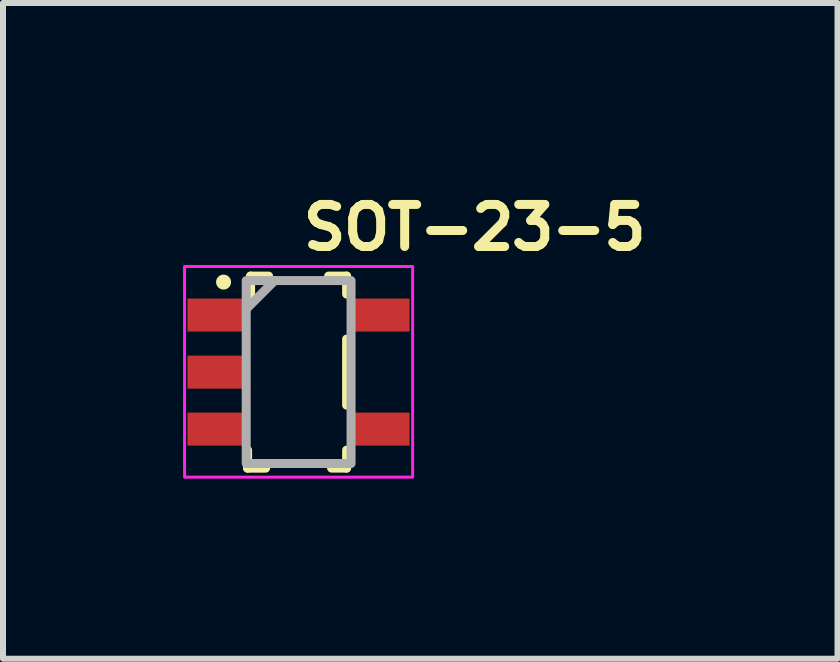
<source format=kicad_pcb>
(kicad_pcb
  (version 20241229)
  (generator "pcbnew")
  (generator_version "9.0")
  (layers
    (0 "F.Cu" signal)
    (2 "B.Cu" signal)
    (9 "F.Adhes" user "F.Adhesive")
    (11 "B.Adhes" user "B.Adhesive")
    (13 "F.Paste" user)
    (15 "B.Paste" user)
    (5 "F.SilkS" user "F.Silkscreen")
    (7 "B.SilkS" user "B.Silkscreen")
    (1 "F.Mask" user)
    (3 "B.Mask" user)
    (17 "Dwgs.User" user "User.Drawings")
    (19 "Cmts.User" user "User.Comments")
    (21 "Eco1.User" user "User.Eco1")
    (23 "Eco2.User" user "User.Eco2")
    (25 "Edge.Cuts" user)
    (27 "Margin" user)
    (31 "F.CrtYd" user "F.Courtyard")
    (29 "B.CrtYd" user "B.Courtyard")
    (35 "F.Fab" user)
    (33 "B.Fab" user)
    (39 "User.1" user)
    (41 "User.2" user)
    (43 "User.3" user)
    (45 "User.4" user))
  (footprint "SOT-23-5"
    (layer "F.Cu")
    (at 1.925 3.15)
    (property "Reference" "SOT-23-5" (at 0.002 -2 0) (layer "F.SilkS") (effects (font (size 0.7 0.7) (thickness 0.15)) (justify left bottom)))
    (attr smd)
    (fp_line (start -0.85 1.6) (end -0.85 1.301) (stroke (width 0.15) (type solid)) (layer "F.SilkS"))
    (fp_line (start -0.8 -1.6) (end -0.8 -1.3) (stroke (width 0.15) (type solid)) (layer "F.SilkS"))
    (fp_line (start -0.8 -1.6) (end -0.5 -1.6) (stroke (width 0.15) (type solid)) (layer "F.SilkS"))
    (fp_line (start -0.55 1.6) (end -0.85 1.6) (stroke (width 0.15) (type solid)) (layer "F.SilkS"))
    (fp_line (start 0.8 -1.6) (end 0.5 -1.6) (stroke (width 0.15) (type solid)) (layer "F.SilkS"))
    (fp_line (start 0.8 -1.3) (end 0.8 -1.6) (stroke (width 0.15) (type solid)) (layer "F.SilkS"))
    (fp_line (start 0.8 0.55) (end 0.8 -0.55) (stroke (width 0.15) (type solid)) (layer "F.SilkS"))
    (fp_line (start 0.8 1.3) (end 0.8 1.599) (stroke (width 0.15) (type solid)) (layer "F.SilkS"))
    (fp_line (start 0.8 1.599) (end 0.549 1.599) (stroke (width 0.15) (type solid)) (layer "F.SilkS"))
    (fp_circle (center -1.25 -1.5) (end -1.2 -1.5) (stroke (width 0.15) (type solid)) (fill yes) (layer "F.SilkS"))
    (fp_rect (start 1.9 -1.76) (end -1.9 1.75) (stroke (width 0.05) (type solid)) (fill no) (layer "F.CrtYd"))
    (fp_line (start -0.398 -1.526) (end -0.874 -1.05) (stroke (width 0.15) (type solid)) (layer "F.Fab"))
    (fp_rect (start 0.874 1.523) (end -0.873 -1.525) (stroke (width 0.15) (type solid)) (fill no) (layer "F.Fab"))
    (fp_rect (start 1.249 -1.5) (end -1.25 1.499) (stroke (width 0.1) (type solid)) (fill no) (layer "User.5"))
    (fp_line (start -1.25 -1.176) (end -1.25 -0.725) (stroke (width 0.02) (type solid)) (layer "User.9"))
    (fp_line (start -1.25 0.225) (end -1.25 -0.227) (stroke (width 0.02) (type solid)) (layer "User.9"))
    (fp_line (start -1.25 1.175) (end -1.25 0.723) (stroke (width 0.02) (type solid)) (layer "User.9"))
    (fp_line (start -1.027 -1.176) (end -1.25 -1.176) (stroke (width 0.02) (type solid)) (layer "User.9"))
    (fp_line (start -1.027 -1.176) (end -0.977 -1.176) (stroke (width 0.02) (type solid)) (layer "User.9"))
    (fp_line (start -1.027 -0.725) (end -1.25 -0.725) (stroke (width 0.02) (type solid)) (layer "User.9"))
    (fp_line (start -1.027 -0.227) (end -1.25 -0.227) (stroke (width 0.02) (type solid)) (layer "User.9"))
    (fp_line (start -1.027 -0.227) (end -0.977 -0.227) (stroke (width 0.02) (type solid)) (layer "User.9"))
    (fp_line (start -1.027 0.225) (end -1.25 0.225) (stroke (width 0.02) (type solid)) (layer "User.9"))
    (fp_line (start -1.027 0.723) (end -1.25 0.723) (stroke (width 0.02) (type solid)) (layer "User.9"))
    (fp_line (start -1.027 0.723) (end -0.977 0.723) (stroke (width 0.02) (type solid)) (layer "User.9"))
    (fp_line (start -1.027 1.175) (end -1.25 1.175) (stroke (width 0.02) (type solid)) (layer "User.9"))
    (fp_line (start -0.977 -0.725) (end -1.027 -0.725) (stroke (width 0.02) (type solid)) (layer "User.9"))
    (fp_line (start -0.977 0.225) (end -1.027 0.225) (stroke (width 0.02) (type solid)) (layer "User.9"))
    (fp_line (start -0.977 1.175) (end -1.027 1.175) (stroke (width 0.02) (type solid)) (layer "User.9"))
    (fp_line (start -0.956 -1.176) (end -0.977 -1.176) (stroke (width 0.02) (type solid)) (layer "User.9"))
    (fp_line (start -0.956 -1.176) (end -0.756 -1.176) (stroke (width 0.02) (type solid)) (layer "User.9"))
    (fp_line (start -0.956 -0.725) (end -0.977 -0.725) (stroke (width 0.02) (type solid)) (layer "User.9"))
    (fp_line (start -0.956 -0.227) (end -0.977 -0.227) (stroke (width 0.02) (type solid)) (layer "User.9"))
    (fp_line (start -0.956 -0.227) (end -0.756 -0.227) (stroke (width 0.02) (type solid)) (layer "User.9"))
    (fp_line (start -0.956 0.225) (end -0.977 0.225) (stroke (width 0.02) (type solid)) (layer "User.9"))
    (fp_line (start -0.956 0.723) (end -0.977 0.723) (stroke (width 0.02) (type solid)) (layer "User.9"))
    (fp_line (start -0.956 0.723) (end -0.756 0.723) (stroke (width 0.02) (type solid)) (layer "User.9"))
    (fp_line (start -0.956 1.175) (end -0.977 1.175) (stroke (width 0.02) (type solid)) (layer "User.9"))
    (fp_line (start -0.756 -0.725) (end -0.956 -0.725) (stroke (width 0.02) (type solid)) (layer "User.9"))
    (fp_line (start -0.756 0.225) (end -0.956 0.225) (stroke (width 0.02) (type solid)) (layer "User.9"))
    (fp_line (start -0.756 1.175) (end -0.956 1.175) (stroke (width 0.02) (type solid)) (layer "User.9"))
    (fp_line (start -0.7 -1.5) (end -0.7 -1.176) (stroke (width 0.02) (type solid)) (layer "User.9"))
    (fp_line (start -0.7 -1.176) (end -0.756 -1.176) (stroke (width 0.02) (type solid)) (layer "User.9"))
    (fp_line (start -0.7 -1.176) (end -0.7 -0.725) (stroke (width 0.02) (type solid)) (layer "User.9"))
    (fp_line (start -0.7 -0.725) (end -0.756 -0.725) (stroke (width 0.02) (type solid)) (layer "User.9"))
    (fp_line (start -0.7 -0.725) (end -0.7 -0.227) (stroke (width 0.02) (type solid)) (layer "User.9"))
    (fp_line (start -0.7 -0.227) (end -0.756 -0.227) (stroke (width 0.02) (type solid)) (layer "User.9"))
    (fp_line (start -0.7 -0.227) (end -0.7 0.225) (stroke (width 0.02) (type solid)) (layer "User.9"))
    (fp_line (start -0.7 0.225) (end -0.756 0.225) (stroke (width 0.02) (type solid)) (layer "User.9"))
    (fp_line (start -0.7 0.225) (end -0.7 0.723) (stroke (width 0.02) (type solid)) (layer "User.9"))
    (fp_line (start -0.7 0.723) (end -0.756 0.723) (stroke (width 0.02) (type solid)) (layer "User.9"))
    (fp_line (start -0.7 0.723) (end -0.7 1.175) (stroke (width 0.02) (type solid)) (layer "User.9"))
    (fp_line (start -0.7 1.175) (end -0.756 1.175) (stroke (width 0.02) (type solid)) (layer "User.9"))
    (fp_line (start -0.7 1.175) (end -0.7 1.499) (stroke (width 0.02) (type solid)) (layer "User.9"))
    (fp_line (start -0.7 1.499) (end 0.7 1.499) (stroke (width 0.02) (type solid)) (layer "User.9"))
    (fp_line (start -0.652 -1.452) (end -0.7 -1.5) (stroke (width 0.02) (type solid)) (layer "User.9"))
    (fp_line (start -0.652 -1.452) (end -0.652 1.451) (stroke (width 0.02) (type solid)) (layer "User.9"))
    (fp_line (start -0.652 1.451) (end -0.7 1.499) (stroke (width 0.02) (type solid)) (layer "User.9"))
    (fp_line (start -0.652 1.451) (end 0.652 1.451) (stroke (width 0.02) (type solid)) (layer "User.9"))
    (fp_line (start 0.652 -1.452) (end -0.652 -1.452) (stroke (width 0.02) (type solid)) (layer "User.9"))
    (fp_line (start 0.652 -1.452) (end 0.7 -1.5) (stroke (width 0.02) (type solid)) (layer "User.9"))
    (fp_line (start 0.652 1.451) (end 0.652 -1.452) (stroke (width 0.02) (type solid)) (layer "User.9"))
    (fp_line (start 0.652 1.451) (end 0.7 1.499) (stroke (width 0.02) (type solid)) (layer "User.9"))
    (fp_line (start 0.7 -1.5) (end -0.7 -1.5) (stroke (width 0.02) (type solid)) (layer "User.9"))
    (fp_line (start 0.7 -1.176) (end 0.7 -1.5) (stroke (width 0.02) (type solid)) (layer "User.9"))
    (fp_line (start 0.7 -1.176) (end 0.756 -1.176) (stroke (width 0.02) (type solid)) (layer "User.9"))
    (fp_line (start 0.7 -0.725) (end 0.7 -1.176) (stroke (width 0.02) (type solid)) (layer "User.9"))
    (fp_line (start 0.7 -0.725) (end 0.756 -0.725) (stroke (width 0.02) (type solid)) (layer "User.9"))
    (fp_line (start 0.7 0.723) (end 0.7 -0.725) (stroke (width 0.02) (type solid)) (layer "User.9"))
    (fp_line (start 0.7 0.723) (end 0.756 0.723) (stroke (width 0.02) (type solid)) (layer "User.9"))
    (fp_line (start 0.7 1.175) (end 0.7 0.723) (stroke (width 0.02) (type solid)) (layer "User.9"))
    (fp_line (start 0.7 1.175) (end 0.756 1.175) (stroke (width 0.02) (type solid)) (layer "User.9"))
    (fp_line (start 0.7 1.499) (end 0.7 1.175) (stroke (width 0.02) (type solid)) (layer "User.9"))
    (fp_line (start 0.756 -1.176) (end 0.956 -1.176) (stroke (width 0.02) (type solid)) (layer "User.9"))
    (fp_line (start 0.756 0.723) (end 0.956 0.723) (stroke (width 0.02) (type solid)) (layer "User.9"))
    (fp_line (start 0.956 -1.176) (end 0.977 -1.176) (stroke (width 0.02) (type solid)) (layer "User.9"))
    (fp_line (start 0.956 -0.725) (end 0.756 -0.725) (stroke (width 0.02) (type solid)) (layer "User.9"))
    (fp_line (start 0.956 -0.725) (end 0.977 -0.725) (stroke (width 0.02) (type solid)) (layer "User.9"))
    (fp_line (start 0.956 0.723) (end 0.977 0.723) (stroke (width 0.02) (type solid)) (layer "User.9"))
    (fp_line (start 0.956 1.175) (end 0.756 1.175) (stroke (width 0.02) (type solid)) (layer "User.9"))
    (fp_line (start 0.956 1.175) (end 0.977 1.175) (stroke (width 0.02) (type solid)) (layer "User.9"))
    (fp_line (start 0.977 -1.176) (end 1.026 -1.176) (stroke (width 0.02) (type solid)) (layer "User.9"))
    (fp_line (start 0.977 0.723) (end 1.026 0.723) (stroke (width 0.02) (type solid)) (layer "User.9"))
    (fp_line (start 1.026 -1.176) (end 1.249 -1.176) (stroke (width 0.02) (type solid)) (layer "User.9"))
    (fp_line (start 1.026 -0.725) (end 0.977 -0.725) (stroke (width 0.02) (type solid)) (layer "User.9"))
    (fp_line (start 1.026 -0.725) (end 1.249 -0.725) (stroke (width 0.02) (type solid)) (layer "User.9"))
    (fp_line (start 1.026 0.723) (end 1.249 0.723) (stroke (width 0.02) (type solid)) (layer "User.9"))
    (fp_line (start 1.026 1.175) (end 0.977 1.175) (stroke (width 0.02) (type solid)) (layer "User.9"))
    (fp_line (start 1.026 1.175) (end 1.249 1.175) (stroke (width 0.02) (type solid)) (layer "User.9"))
    (fp_line (start 1.249 -1.176) (end 1.249 -0.725) (stroke (width 0.02) (type solid)) (layer "User.9"))
    (fp_line (start 1.249 1.175) (end 1.249 0.723) (stroke (width 0.02) (type solid)) (layer "User.9"))
    (pad "1" smd rect (at -1.351 -0.951 270) (size 0.55 1) (layers "F.Cu" "F.Mask" "F.Paste"))
    (pad "2" smd rect (at -1.351 0 270) (size 0.55 1) (layers "F.Cu" "F.Mask" "F.Paste"))
    (pad "3" smd rect (at -1.351 0.949 270) (size 0.55 1) (layers "F.Cu" "F.Mask" "F.Paste"))
    (pad "4" smd rect (at 1.35 0.949 270) (size 0.55 1) (layers "F.Cu" "F.Mask" "F.Paste"))
    (pad "5" smd rect (at 1.35 -0.951 270) (size 0.55 1) (layers "F.Cu" "F.Mask" "F.Paste")))
  (gr_rect
    (start -3 -3)
    (end 10.904 7.925)
    (stroke (width 0.1) (type default))
    (fill no)
    (layer "Edge.Cuts")))
</source>
